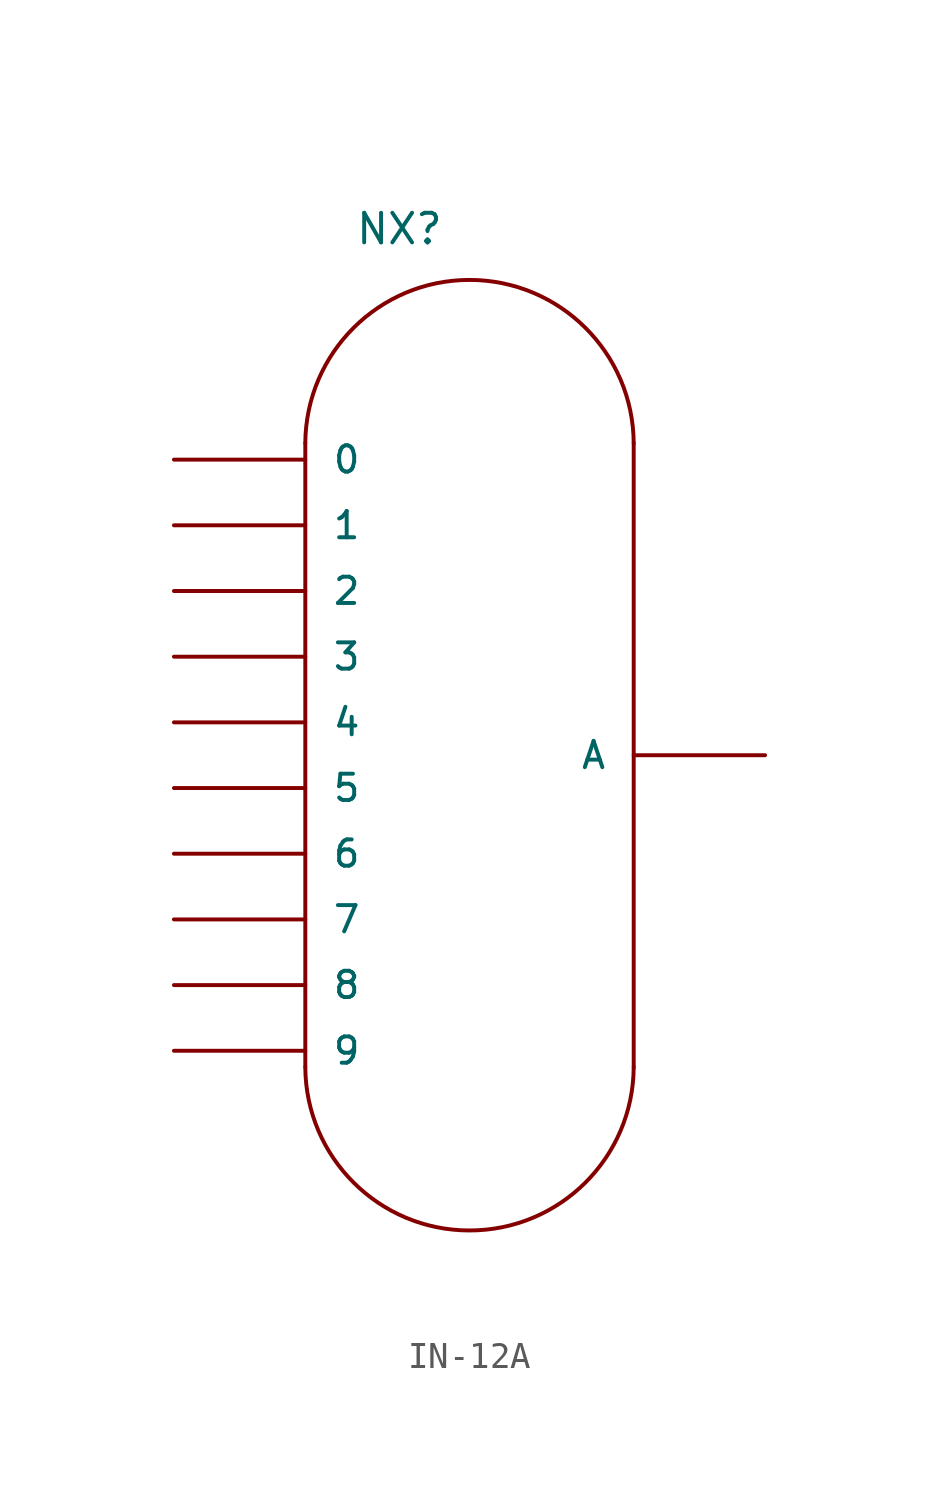
<source format=kicad_sym>
(kicad_symbol_lib
  (version 20220914)
  (generator kicad_symbol_editor)
  (symbol "IN-12A"
    (pin_numbers hide)
    (pin_names
      (offset 1.016))
    (property "Reference" "NX"
      (at -5.715 19.685 0)
      (effects (font (size 1.143 1.143)) (justify left bottom)))
    (symbol "IN-12A_1_0"
      (polyline (pts (xy -7.62 -12.065) (xy -7.62 12.065)) (stroke (width 0) (type solid)) (fill (type none)))
      (polyline (pts (xy 5.08 -12.065) (xy 5.08 12.065)) (stroke (width 0) (type solid)) (fill (type none))))
    (symbol "IN-12A_1_1"
      (arc (start -7.62 -12.065) (mid -1.27 -18.3874) (end 5.08 -12.065) (stroke (width 0) (type solid)) (fill (type none)))
      (arc (start 5.08 12.065) (mid -1.27 18.3874) (end -7.62 12.065) (stroke (width 0) (type solid)) (fill (type none)))
      (pin bidirectional line (at -12.7 11.43 0) (length 5.08) (name "0" (effects (font (size 1.016 1.016)))) (number "0" (effects (font (size 1.016 1.016)))))
      (pin bidirectional line (at -12.7 8.89 0) (length 5.08) (name "1" (effects (font (size 1.016 1.016)))) (number "1" (effects (font (size 1.016 1.016)))))
      (pin bidirectional line (at -12.7 6.35 0) (length 5.08) (name "2" (effects (font (size 1.016 1.016)))) (number "2" (effects (font (size 1.016 1.016)))))
      (pin bidirectional line (at -12.7 3.81 0) (length 5.08) (name "3" (effects (font (size 1.016 1.016)))) (number "3" (effects (font (size 1.016 1.016)))))
      (pin bidirectional line (at -12.7 1.27 0) (length 5.08) (name "4" (effects (font (size 1.016 1.016)))) (number "4" (effects (font (size 1.016 1.016)))))
      (pin bidirectional line (at -12.7 -1.27 0) (length 5.08) (name "5" (effects (font (size 1.016 1.016)))) (number "5" (effects (font (size 1.016 1.016)))))
      (pin bidirectional line (at -12.7 -3.81 0) (length 5.08) (name "6" (effects (font (size 1.016 1.016)))) (number "6" (effects (font (size 1.016 1.016)))))
      (pin bidirectional line (at -12.7 -6.35 0) (length 5.08) (name "7" (effects (font (size 1.016 1.016)))) (number "7" (effects (font (size 1.016 1.016)))))
      (pin bidirectional line (at -12.7 -8.89 0) (length 5.08) (name "8" (effects (font (size 1.016 1.016)))) (number "8" (effects (font (size 1.016 1.016)))))
      (pin bidirectional line (at -12.7 -11.43 0) (length 5.08) (name "9" (effects (font (size 1.016 1.016)))) (number "9" (effects (font (size 1.016 1.016)))))
      (pin bidirectional line (at 10.16 0 180) (length 5.08) (name "A" (effects (font (size 1.016 1.016)))) (number "A" (effects (font (size 1.016 1.016))))))))
</source>
